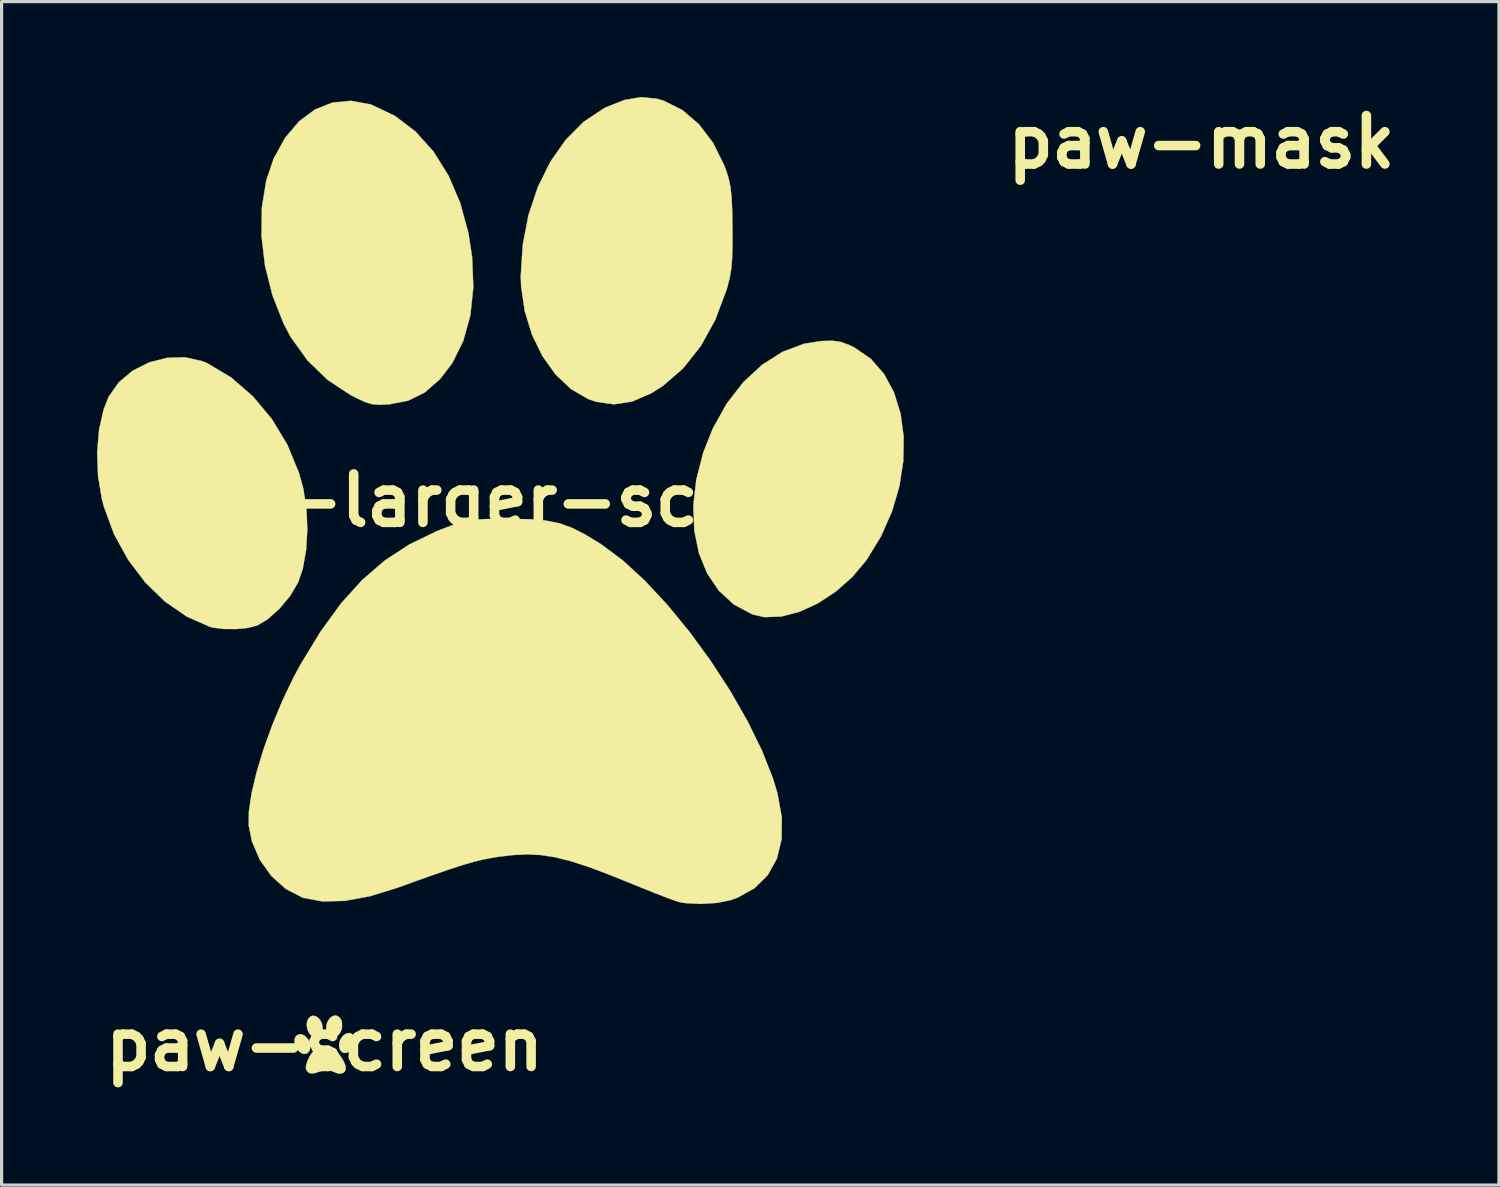
<source format=kicad_pcb>
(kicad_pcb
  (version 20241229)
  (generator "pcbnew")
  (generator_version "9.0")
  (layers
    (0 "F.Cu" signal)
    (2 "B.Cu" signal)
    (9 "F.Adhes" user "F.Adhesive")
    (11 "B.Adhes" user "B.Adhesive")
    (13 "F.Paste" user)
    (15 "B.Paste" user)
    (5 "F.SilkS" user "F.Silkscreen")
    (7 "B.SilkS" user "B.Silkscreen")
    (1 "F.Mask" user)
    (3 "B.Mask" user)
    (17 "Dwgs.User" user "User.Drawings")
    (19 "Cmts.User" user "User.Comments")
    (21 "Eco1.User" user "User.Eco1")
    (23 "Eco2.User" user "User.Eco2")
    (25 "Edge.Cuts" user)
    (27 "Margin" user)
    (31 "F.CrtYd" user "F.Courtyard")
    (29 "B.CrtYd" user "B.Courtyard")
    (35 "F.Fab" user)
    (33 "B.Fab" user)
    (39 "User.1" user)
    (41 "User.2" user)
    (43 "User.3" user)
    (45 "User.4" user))
  (footprint "paw-larger-screen"
    (layer "F.Cu")
    (at 12.644 12.687)
    (property "Reference" "paw-larger-screen" (at 0 0 0) (layer "F.SilkS") (effects (font (size 1.524 1.524) (thickness 0.3))))
    (attr through_hole)
    (fp_poly (pts (xy 10.751 -4.984) (xy 11.016 -4.886) (xy 11.166 -4.813) (xy 11.689 -4.454) (xy 12.107 -3.975) (xy 12.419 -3.395) (xy 12.624 -2.733) (xy 12.722 -2.008) (xy 12.71 -1.24) (xy 12.588 -0.447) (xy 12.354 0.349) (xy 12.008 1.132) (xy 11.553 1.874) (xy 11.102 2.411) (xy 10.582 2.87) (xy 10.019 3.238) (xy 9.44 3.503) (xy 8.873 3.65) (xy 8.342 3.669) (xy 7.96 3.581) (xy 7.384 3.273) (xy 6.91 2.838) (xy 6.542 2.293) (xy 6.283 1.655) (xy 6.137 0.941) (xy 6.108 0.168) (xy 6.199 -0.647) (xy 6.413 -1.487) (xy 6.714 -2.249) (xy 7.153 -3.039) (xy 7.676 -3.715) (xy 8.267 -4.264) (xy 8.911 -4.673) (xy 9.591 -4.928) (xy 10.131 -5.013) (xy 10.483 -5.021) (xy 10.751 -4.984)) (stroke (width 0.01) (type solid)) (fill yes) (layer "F.SilkS"))
    (fp_poly (pts (xy -4.057 -12.457) (xy -3.998 -12.437) (xy -3.275 -12.093) (xy -2.628 -11.6) (xy -2.064 -10.972) (xy -1.593 -10.22) (xy -1.223 -9.359) (xy -0.963 -8.403) (xy -0.848 -7.656) (xy -0.81 -6.704) (xy -0.904 -5.82) (xy -1.125 -5.021) (xy -1.47 -4.321) (xy -1.858 -3.815) (xy -2.336 -3.398) (xy -2.855 -3.14) (xy -3.452 -3.024) (xy -3.483 -3.022) (xy -3.774 -3.009) (xy -4.002 -3.03) (xy -4.227 -3.1) (xy -4.513 -3.234) (xy -4.669 -3.315) (xy -5.393 -3.791) (xy -6.028 -4.407) (xy -6.554 -5.142) (xy -6.774 -5.556) (xy -7.127 -6.45) (xy -7.36 -7.377) (xy -7.471 -8.308) (xy -7.46 -9.211) (xy -7.323 -10.057) (xy -7.09 -10.747) (xy -6.729 -11.402) (xy -6.292 -11.92) (xy -5.793 -12.291) (xy -5.245 -12.51) (xy -4.662 -12.567) (xy -4.057 -12.457)) (stroke (width 0.01) (type solid)) (fill yes) (layer "F.SilkS"))
    (fp_poly (pts (xy -9.325 -4.378) (xy -9.183 -4.318) (xy -8.426 -3.868) (xy -7.741 -3.273) (xy -7.144 -2.558) (xy -6.655 -1.747) (xy -6.291 -0.861) (xy -6.157 -0.376) (xy -6.058 0.246) (xy -6.03 0.911) (xy -6.069 1.563) (xy -6.174 2.151) (xy -6.317 2.57) (xy -6.568 2.997) (xy -6.905 3.403) (xy -7.279 3.736) (xy -7.605 3.931) (xy -7.889 4.006) (xy -8.266 4.043) (xy -8.663 4.041) (xy -9.006 3.997) (xy -9.09 3.974) (xy -9.82 3.653) (xy -10.506 3.179) (xy -11.128 2.575) (xy -11.668 1.861) (xy -12.107 1.061) (xy -12.427 0.194) (xy -12.488 -0.036) (xy -12.61 -0.759) (xy -12.639 -1.505) (xy -12.579 -2.224) (xy -12.432 -2.87) (xy -12.278 -3.258) (xy -11.96 -3.714) (xy -11.525 -4.079) (xy -11.009 -4.34) (xy -10.447 -4.484) (xy -9.874 -4.501) (xy -9.325 -4.378)) (stroke (width 0.01) (type solid)) (fill yes) (layer "F.SilkS"))
    (fp_poly (pts (xy 4.963 -12.632) (xy 5.174 -12.57) (xy 5.761 -12.277) (xy 6.283 -11.831) (xy 6.727 -11.248) (xy 7.077 -10.544) (xy 7.147 -10.356) (xy 7.223 -10.109) (xy 7.275 -9.854) (xy 7.309 -9.549) (xy 7.329 -9.155) (xy 7.338 -8.629) (xy 7.338 -8.555) (xy 7.339 -8.019) (xy 7.328 -7.614) (xy 7.302 -7.295) (xy 7.256 -7.019) (xy 7.186 -6.74) (xy 7.149 -6.615) (xy 6.795 -5.673) (xy 6.338 -4.849) (xy 5.786 -4.154) (xy 5.148 -3.6) (xy 4.771 -3.364) (xy 4.178 -3.11) (xy 3.615 -3.023) (xy 3.059 -3.1) (xy 2.804 -3.188) (xy 2.262 -3.502) (xy 1.777 -3.96) (xy 1.364 -4.538) (xy 1.036 -5.21) (xy 0.807 -5.95) (xy 0.693 -6.733) (xy 0.681 -7.056) (xy 0.744 -8.041) (xy 0.926 -8.982) (xy 1.219 -9.858) (xy 1.612 -10.651) (xy 2.095 -11.34) (xy 2.658 -11.906) (xy 3.292 -12.328) (xy 3.363 -12.364) (xy 3.944 -12.594) (xy 4.466 -12.682) (xy 4.963 -12.632)) (stroke (width 0.01) (type solid)) (fill yes) (layer "F.SilkS"))
    (fp_poly (pts (xy 0.34 0.578) (xy 0.963 0.59) (xy 1.463 0.632) (xy 1.886 0.715) (xy 2.279 0.854) (xy 2.689 1.06) (xy 3.161 1.347) (xy 3.222 1.386) (xy 3.893 1.887) (xy 4.591 2.53) (xy 5.296 3.288) (xy 5.99 4.135) (xy 6.653 5.043) (xy 7.266 5.984) (xy 7.809 6.933) (xy 8.264 7.86) (xy 8.612 8.74) (xy 8.755 9.215) (xy 8.89 9.973) (xy 8.882 10.659) (xy 8.734 11.264) (xy 8.451 11.777) (xy 8.037 12.189) (xy 7.497 12.49) (xy 7.276 12.569) (xy 6.852 12.654) (xy 6.352 12.686) (xy 5.865 12.662) (xy 5.693 12.635) (xy 5.542 12.589) (xy 5.267 12.489) (xy 4.901 12.347) (xy 4.477 12.177) (xy 4.248 12.084) (xy 3.464 11.767) (xy 2.806 11.52) (xy 2.246 11.339) (xy 1.757 11.217) (xy 1.311 11.149) (xy 0.881 11.128) (xy 0.441 11.15) (xy 0.042 11.196) (xy -0.236 11.239) (xy -0.509 11.292) (xy -0.802 11.364) (xy -1.139 11.462) (xy -1.545 11.593) (xy -2.043 11.765) (xy -2.66 11.984) (xy -3.186 12.175) (xy -4.064 12.446) (xy -4.858 12.591) (xy -5.557 12.608) (xy -6.151 12.496) (xy -6.182 12.486) (xy -6.704 12.218) (xy -7.159 11.811) (xy -7.524 11.3) (xy -7.773 10.717) (xy -7.873 10.219) (xy -7.867 9.768) (xy -7.781 9.197) (xy -7.623 8.537) (xy -7.404 7.815) (xy -7.133 7.063) (xy -6.82 6.31) (xy -6.474 5.585) (xy -6.243 5.155) (xy -5.61 4.118) (xy -4.971 3.239) (xy -4.306 2.501) (xy -3.596 1.889) (xy -2.824 1.384) (xy -1.971 0.97) (xy -1.487 0.784) (xy -1.225 0.698) (xy -0.982 0.64) (xy -0.715 0.603) (xy -0.384 0.584) (xy 0.055 0.578) (xy 0.34 0.578)) (stroke (width 0.01) (type solid)) (fill yes) (layer "F.SilkS")))
  (footprint "paw-screen"
    (layer "F.Cu")
    (at 7.156 29.796)
    (property "Reference" "paw-screen" (at 0 0 0) (layer "F.SilkS") (effects (font (size 1.524 1.524) (thickness 0.3))))
    (attr through_hole)
    (fp_poly (pts (xy 0.804 -0.359) (xy 0.823 -0.352) (xy 0.835 -0.347) (xy 0.874 -0.321) (xy 0.905 -0.286) (xy 0.928 -0.244) (xy 0.944 -0.197) (xy 0.951 -0.145) (xy 0.95 -0.089) (xy 0.941 -0.032) (xy 0.923 0.025) (xy 0.898 0.081) (xy 0.864 0.135) (xy 0.83 0.174) (xy 0.791 0.207) (xy 0.749 0.233) (xy 0.706 0.252) (xy 0.663 0.263) (xy 0.624 0.264) (xy 0.595 0.258) (xy 0.552 0.236) (xy 0.517 0.204) (xy 0.489 0.165) (xy 0.47 0.119) (xy 0.459 0.068) (xy 0.457 0.012) (xy 0.463 -0.047) (xy 0.479 -0.107) (xy 0.502 -0.162) (xy 0.535 -0.219) (xy 0.574 -0.268) (xy 0.618 -0.307) (xy 0.666 -0.336) (xy 0.717 -0.355) (xy 0.757 -0.361) (xy 0.784 -0.361) (xy 0.804 -0.359)) (stroke (width 0.01) (type solid)) (fill yes) (layer "F.SilkS"))
    (fp_poly (pts (xy -0.303 -0.897) (xy -0.299 -0.895) (xy -0.245 -0.871) (xy -0.196 -0.835) (xy -0.154 -0.79) (xy -0.119 -0.736) (xy -0.091 -0.674) (xy -0.072 -0.605) (xy -0.063 -0.551) (xy -0.061 -0.483) (xy -0.068 -0.419) (xy -0.084 -0.361) (xy -0.11 -0.311) (xy -0.139 -0.275) (xy -0.175 -0.245) (xy -0.213 -0.226) (xy -0.258 -0.218) (xy -0.26 -0.218) (xy -0.282 -0.217) (xy -0.299 -0.218) (xy -0.316 -0.223) (xy -0.337 -0.233) (xy -0.349 -0.239) (xy -0.403 -0.273) (xy -0.451 -0.317) (xy -0.49 -0.37) (xy -0.506 -0.4) (xy -0.533 -0.464) (xy -0.55 -0.531) (xy -0.558 -0.598) (xy -0.558 -0.663) (xy -0.547 -0.724) (xy -0.53 -0.774) (xy -0.503 -0.821) (xy -0.47 -0.858) (xy -0.433 -0.885) (xy -0.392 -0.901) (xy -0.348 -0.905) (xy -0.303 -0.897)) (stroke (width 0.01) (type solid)) (fill yes) (layer "F.SilkS"))
    (fp_poly (pts (xy -0.697 -0.315) (xy -0.686 -0.311) (xy -0.63 -0.278) (xy -0.579 -0.236) (xy -0.534 -0.184) (xy -0.497 -0.126) (xy -0.47 -0.062) (xy -0.46 -0.027) (xy -0.453 0.018) (xy -0.451 0.066) (xy -0.454 0.113) (xy -0.462 0.155) (xy -0.472 0.185) (xy -0.491 0.216) (xy -0.516 0.245) (xy -0.544 0.269) (xy -0.569 0.283) (xy -0.59 0.288) (xy -0.618 0.291) (xy -0.648 0.291) (xy -0.673 0.288) (xy -0.679 0.286) (xy -0.734 0.263) (xy -0.785 0.229) (xy -0.832 0.185) (xy -0.872 0.134) (xy -0.905 0.076) (xy -0.929 0.014) (xy -0.933 -0.003) (xy -0.943 -0.055) (xy -0.945 -0.108) (xy -0.94 -0.16) (xy -0.929 -0.207) (xy -0.918 -0.235) (xy -0.894 -0.267) (xy -0.862 -0.294) (xy -0.823 -0.312) (xy -0.781 -0.323) (xy -0.738 -0.324) (xy -0.697 -0.315)) (stroke (width 0.01) (type solid)) (fill yes) (layer "F.SilkS"))
    (fp_poly (pts (xy 0.371 -0.909) (xy 0.387 -0.905) (xy 0.431 -0.884) (xy 0.47 -0.852) (xy 0.503 -0.81) (xy 0.529 -0.759) (xy 0.534 -0.746) (xy 0.54 -0.728) (xy 0.544 -0.71) (xy 0.546 -0.688) (xy 0.548 -0.659) (xy 0.548 -0.621) (xy 0.549 -0.616) (xy 0.549 -0.577) (xy 0.548 -0.548) (xy 0.546 -0.525) (xy 0.542 -0.505) (xy 0.537 -0.485) (xy 0.534 -0.476) (xy 0.508 -0.408) (xy 0.474 -0.349) (xy 0.432 -0.299) (xy 0.385 -0.259) (xy 0.357 -0.242) (xy 0.312 -0.224) (xy 0.27 -0.218) (xy 0.229 -0.223) (xy 0.21 -0.23) (xy 0.169 -0.252) (xy 0.133 -0.285) (xy 0.102 -0.327) (xy 0.077 -0.375) (xy 0.06 -0.428) (xy 0.052 -0.485) (xy 0.051 -0.508) (xy 0.056 -0.579) (xy 0.069 -0.647) (xy 0.091 -0.71) (xy 0.121 -0.767) (xy 0.157 -0.817) (xy 0.199 -0.857) (xy 0.246 -0.888) (xy 0.251 -0.89) (xy 0.295 -0.907) (xy 0.334 -0.913) (xy 0.371 -0.909)) (stroke (width 0.01) (type solid)) (fill yes) (layer "F.SilkS"))
    (fp_poly (pts (xy 0.025 0.042) (xy 0.072 0.043) (xy 0.109 0.045) (xy 0.141 0.052) (xy 0.17 0.061) (xy 0.201 0.076) (xy 0.236 0.097) (xy 0.241 0.1) (xy 0.291 0.136) (xy 0.343 0.182) (xy 0.396 0.237) (xy 0.448 0.298) (xy 0.497 0.363) (xy 0.543 0.431) (xy 0.584 0.499) (xy 0.618 0.566) (xy 0.644 0.629) (xy 0.654 0.663) (xy 0.665 0.718) (xy 0.664 0.767) (xy 0.653 0.811) (xy 0.632 0.848) (xy 0.601 0.878) (xy 0.56 0.899) (xy 0.544 0.905) (xy 0.512 0.911) (xy 0.475 0.913) (xy 0.438 0.912) (xy 0.426 0.91) (xy 0.414 0.906) (xy 0.394 0.899) (xy 0.366 0.889) (xy 0.335 0.877) (xy 0.318 0.87) (xy 0.259 0.847) (xy 0.21 0.829) (xy 0.168 0.816) (xy 0.131 0.808) (xy 0.098 0.803) (xy 0.066 0.801) (xy 0.033 0.803) (xy 0.003 0.806) (xy -0.018 0.809) (xy -0.038 0.813) (xy -0.06 0.818) (xy -0.085 0.825) (xy -0.115 0.835) (xy -0.153 0.847) (xy -0.199 0.863) (xy -0.238 0.877) (xy -0.304 0.896) (xy -0.363 0.907) (xy -0.415 0.908) (xy -0.46 0.9) (xy -0.462 0.899) (xy -0.501 0.88) (xy -0.535 0.85) (xy -0.562 0.814) (xy -0.581 0.772) (xy -0.588 0.736) (xy -0.588 0.703) (xy -0.582 0.662) (xy -0.57 0.615) (xy -0.553 0.563) (xy -0.533 0.509) (xy -0.51 0.454) (xy -0.484 0.402) (xy -0.467 0.371) (xy -0.419 0.296) (xy -0.372 0.233) (xy -0.322 0.18) (xy -0.269 0.136) (xy -0.211 0.1) (xy -0.147 0.07) (xy -0.111 0.056) (xy -0.092 0.05) (xy -0.073 0.046) (xy -0.053 0.043) (xy -0.029 0.042) (xy 0.004 0.042) (xy 0.025 0.042)) (stroke (width 0.01) (type solid)) (fill yes) (layer "F.SilkS")))
  (footprint "paw-mask"
    (layer "F.Cu")
    (at 34.728 1.418)
    (property "Reference" "paw-mask" (at 0 0 0) (layer "F.SilkS") (effects (font (size 1.524 1.524) (thickness 0.3))))
    (attr through_hole)
    (fp_poly (pts (xy 0.804 -0.359) (xy 0.823 -0.352) (xy 0.835 -0.347) (xy 0.874 -0.321) (xy 0.905 -0.286) (xy 0.928 -0.244) (xy 0.944 -0.197) (xy 0.951 -0.145) (xy 0.95 -0.089) (xy 0.941 -0.032) (xy 0.923 0.025) (xy 0.898 0.081) (xy 0.864 0.135) (xy 0.83 0.174) (xy 0.791 0.207) (xy 0.749 0.233) (xy 0.706 0.252) (xy 0.663 0.263) (xy 0.624 0.264) (xy 0.595 0.258) (xy 0.552 0.236) (xy 0.517 0.204) (xy 0.489 0.165) (xy 0.47 0.119) (xy 0.459 0.068) (xy 0.457 0.012) (xy 0.463 -0.047) (xy 0.479 -0.107) (xy 0.502 -0.162) (xy 0.535 -0.219) (xy 0.574 -0.268) (xy 0.618 -0.307) (xy 0.666 -0.336) (xy 0.717 -0.355) (xy 0.757 -0.361) (xy 0.784 -0.361) (xy 0.804 -0.359)) (stroke (width 0.01) (type solid)) (fill yes) (layer "F.Mask"))
    (fp_poly (pts (xy -0.303 -0.897) (xy -0.299 -0.895) (xy -0.245 -0.871) (xy -0.196 -0.835) (xy -0.154 -0.79) (xy -0.119 -0.736) (xy -0.091 -0.674) (xy -0.072 -0.605) (xy -0.063 -0.551) (xy -0.061 -0.483) (xy -0.068 -0.419) (xy -0.084 -0.361) (xy -0.11 -0.311) (xy -0.139 -0.275) (xy -0.175 -0.245) (xy -0.213 -0.226) (xy -0.258 -0.218) (xy -0.26 -0.218) (xy -0.282 -0.217) (xy -0.299 -0.218) (xy -0.316 -0.223) (xy -0.337 -0.233) (xy -0.349 -0.239) (xy -0.403 -0.273) (xy -0.451 -0.317) (xy -0.49 -0.37) (xy -0.506 -0.4) (xy -0.533 -0.464) (xy -0.55 -0.531) (xy -0.558 -0.598) (xy -0.558 -0.663) (xy -0.547 -0.724) (xy -0.53 -0.774) (xy -0.503 -0.821) (xy -0.47 -0.858) (xy -0.433 -0.885) (xy -0.392 -0.901) (xy -0.348 -0.905) (xy -0.303 -0.897)) (stroke (width 0.01) (type solid)) (fill yes) (layer "F.Mask"))
    (fp_poly (pts (xy -0.697 -0.315) (xy -0.686 -0.311) (xy -0.63 -0.278) (xy -0.579 -0.236) (xy -0.534 -0.184) (xy -0.497 -0.126) (xy -0.47 -0.062) (xy -0.46 -0.027) (xy -0.453 0.018) (xy -0.451 0.066) (xy -0.454 0.113) (xy -0.462 0.155) (xy -0.472 0.185) (xy -0.491 0.216) (xy -0.516 0.245) (xy -0.544 0.269) (xy -0.569 0.283) (xy -0.59 0.288) (xy -0.618 0.291) (xy -0.648 0.291) (xy -0.673 0.288) (xy -0.679 0.286) (xy -0.734 0.263) (xy -0.785 0.229) (xy -0.832 0.185) (xy -0.872 0.134) (xy -0.905 0.076) (xy -0.929 0.014) (xy -0.933 -0.003) (xy -0.943 -0.055) (xy -0.945 -0.108) (xy -0.94 -0.16) (xy -0.929 -0.207) (xy -0.918 -0.235) (xy -0.894 -0.267) (xy -0.862 -0.294) (xy -0.823 -0.312) (xy -0.781 -0.323) (xy -0.738 -0.324) (xy -0.697 -0.315)) (stroke (width 0.01) (type solid)) (fill yes) (layer "F.Mask"))
    (fp_poly (pts (xy 0.371 -0.909) (xy 0.387 -0.905) (xy 0.431 -0.884) (xy 0.47 -0.852) (xy 0.503 -0.81) (xy 0.529 -0.759) (xy 0.534 -0.746) (xy 0.54 -0.728) (xy 0.544 -0.71) (xy 0.546 -0.688) (xy 0.548 -0.659) (xy 0.548 -0.621) (xy 0.549 -0.616) (xy 0.549 -0.577) (xy 0.548 -0.548) (xy 0.546 -0.525) (xy 0.542 -0.505) (xy 0.537 -0.485) (xy 0.534 -0.476) (xy 0.508 -0.408) (xy 0.474 -0.349) (xy 0.432 -0.299) (xy 0.385 -0.259) (xy 0.357 -0.242) (xy 0.312 -0.224) (xy 0.27 -0.218) (xy 0.229 -0.223) (xy 0.21 -0.23) (xy 0.169 -0.252) (xy 0.133 -0.285) (xy 0.102 -0.327) (xy 0.077 -0.375) (xy 0.06 -0.428) (xy 0.052 -0.485) (xy 0.051 -0.508) (xy 0.056 -0.579) (xy 0.069 -0.647) (xy 0.091 -0.71) (xy 0.121 -0.767) (xy 0.157 -0.817) (xy 0.199 -0.857) (xy 0.246 -0.888) (xy 0.251 -0.89) (xy 0.295 -0.907) (xy 0.334 -0.913) (xy 0.371 -0.909)) (stroke (width 0.01) (type solid)) (fill yes) (layer "F.Mask"))
    (fp_poly (pts (xy 0.025 0.042) (xy 0.072 0.043) (xy 0.109 0.045) (xy 0.141 0.052) (xy 0.17 0.061) (xy 0.201 0.076) (xy 0.236 0.097) (xy 0.241 0.1) (xy 0.291 0.136) (xy 0.343 0.182) (xy 0.396 0.237) (xy 0.448 0.298) (xy 0.497 0.363) (xy 0.543 0.431) (xy 0.584 0.499) (xy 0.618 0.566) (xy 0.644 0.629) (xy 0.654 0.663) (xy 0.665 0.718) (xy 0.664 0.767) (xy 0.653 0.811) (xy 0.632 0.848) (xy 0.601 0.878) (xy 0.56 0.899) (xy 0.544 0.905) (xy 0.512 0.911) (xy 0.475 0.913) (xy 0.438 0.912) (xy 0.426 0.91) (xy 0.414 0.906) (xy 0.394 0.899) (xy 0.366 0.889) (xy 0.335 0.877) (xy 0.318 0.87) (xy 0.259 0.847) (xy 0.21 0.829) (xy 0.168 0.816) (xy 0.131 0.808) (xy 0.098 0.803) (xy 0.066 0.801) (xy 0.033 0.803) (xy 0.003 0.806) (xy -0.018 0.809) (xy -0.038 0.813) (xy -0.06 0.818) (xy -0.085 0.825) (xy -0.115 0.835) (xy -0.153 0.847) (xy -0.199 0.863) (xy -0.238 0.877) (xy -0.304 0.896) (xy -0.363 0.907) (xy -0.415 0.908) (xy -0.46 0.9) (xy -0.462 0.899) (xy -0.501 0.88) (xy -0.535 0.85) (xy -0.562 0.814) (xy -0.581 0.772) (xy -0.588 0.736) (xy -0.588 0.703) (xy -0.582 0.662) (xy -0.57 0.615) (xy -0.553 0.563) (xy -0.533 0.509) (xy -0.51 0.454) (xy -0.484 0.402) (xy -0.467 0.371) (xy -0.419 0.296) (xy -0.372 0.233) (xy -0.322 0.18) (xy -0.269 0.136) (xy -0.211 0.1) (xy -0.147 0.07) (xy -0.111 0.056) (xy -0.092 0.05) (xy -0.073 0.046) (xy -0.053 0.043) (xy -0.029 0.042) (xy 0.004 0.042) (xy 0.025 0.042)) (stroke (width 0.01) (type solid)) (fill yes) (layer "F.Mask")))
  (gr_rect
    (start -3 -3)
    (end 44.085 34.214)
    (stroke (width 0.1) (type default))
    (fill no)
    (layer "Edge.Cuts")))
</source>
